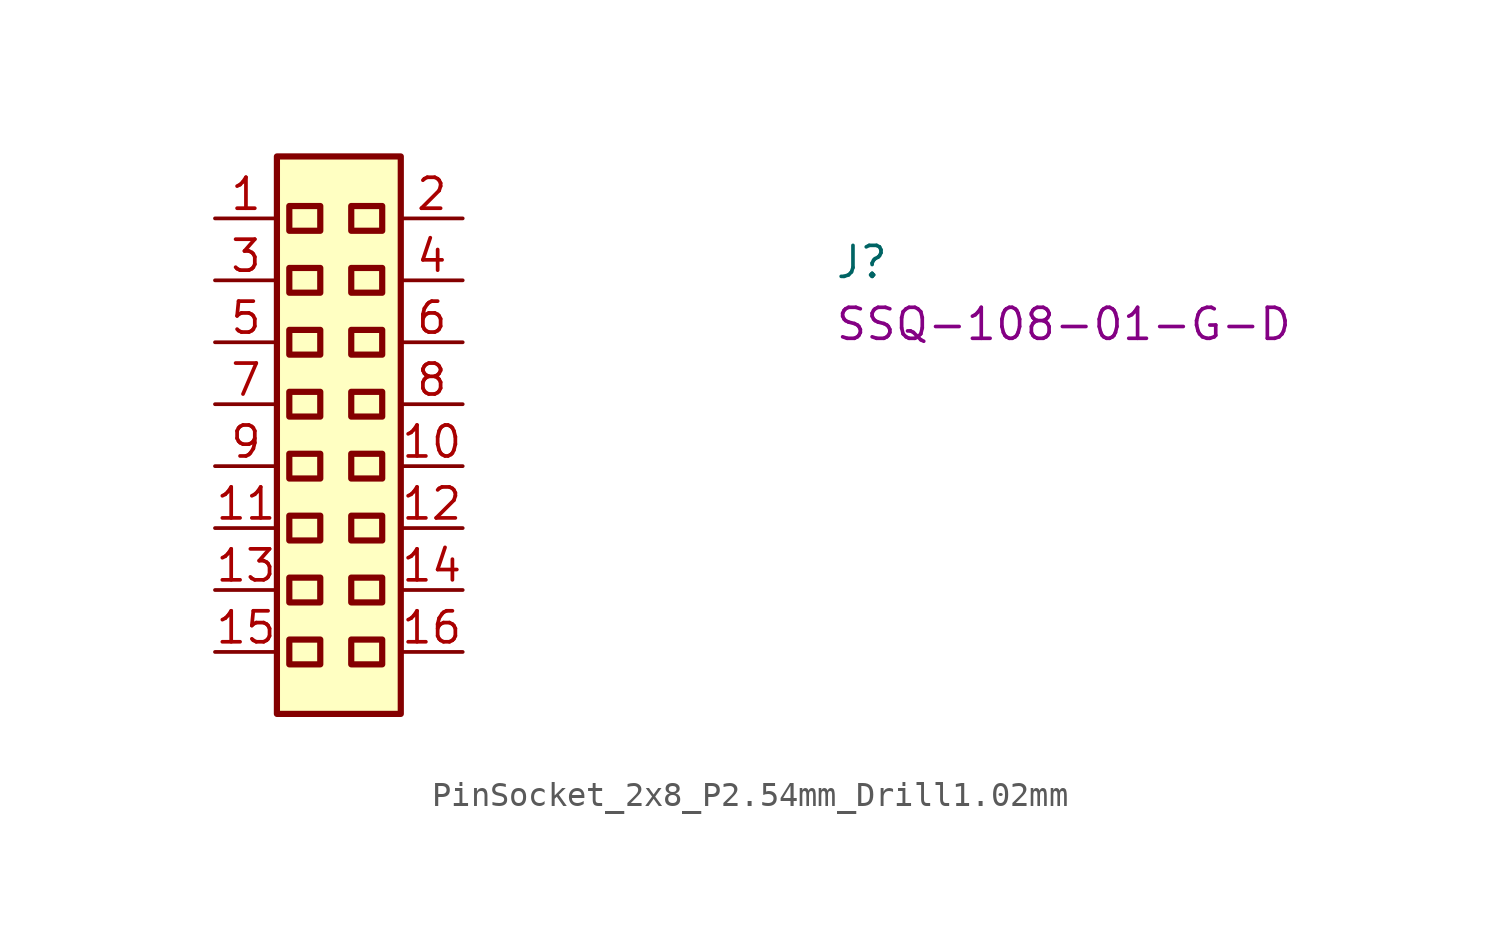
<source format=kicad_sym>
(kicad_symbol_lib
  (version 20220914)
  (generator kicad_symbol_editor)
  (symbol "PinSocket_2x8_P2.54mm_Drill1.02mm"
    (property "Reference" "J"
      (at 25.4 -2.54 0)
      (effects (font (size 1.27 1.27) (thickness 0.15)) (justify left bottom)))
    (property "MPN" "SSQ-108-01-G-D"
      (at 25.4 -5.08 0)
      (effects (font (size 1.27 1.27) (thickness 0.15)) (justify left bottom)))
    (symbol "PinSocket_2x8_P2.54mm_Drill1.02mm_1_1"
      (rectangle (start 2.54 -20.32) (end 7.62 2.54) (stroke (width 0.254) (type default)) (fill (type background)))
      (rectangle (start 3.048 -18.288) (end 4.318 -17.272) (stroke (width 0.254) (type default)) (fill (type background)))
      (rectangle (start 3.048 -15.748) (end 4.318 -14.732) (stroke (width 0.254) (type default)) (fill (type background)))
      (rectangle (start 3.048 -13.208) (end 4.318 -12.192) (stroke (width 0.254) (type default)) (fill (type background)))
      (rectangle (start 3.048 -10.668) (end 4.318 -9.652) (stroke (width 0.254) (type default)) (fill (type background)))
      (rectangle (start 3.048 -8.128) (end 4.318 -7.112) (stroke (width 0.254) (type default)) (fill (type background)))
      (rectangle (start 3.048 -5.588) (end 4.318 -4.572) (stroke (width 0.254) (type default)) (fill (type background)))
      (rectangle (start 3.048 -3.048) (end 4.318 -2.032) (stroke (width 0.254) (type default)) (fill (type background)))
      (rectangle (start 3.048 -0.508) (end 4.318 0.508) (stroke (width 0.254) (type default)) (fill (type background)))
      (rectangle (start 5.588 -18.288) (end 6.858 -17.272) (stroke (width 0.254) (type default)) (fill (type background)))
      (rectangle (start 5.588 -15.748) (end 6.858 -14.732) (stroke (width 0.254) (type default)) (fill (type background)))
      (rectangle (start 5.588 -13.208) (end 6.858 -12.192) (stroke (width 0.254) (type default)) (fill (type background)))
      (rectangle (start 5.588 -10.668) (end 6.858 -9.652) (stroke (width 0.254) (type default)) (fill (type background)))
      (rectangle (start 5.588 -8.128) (end 6.858 -7.112) (stroke (width 0.254) (type default)) (fill (type background)))
      (rectangle (start 5.588 -5.588) (end 6.858 -4.572) (stroke (width 0.254) (type default)) (fill (type background)))
      (rectangle (start 5.588 -3.048) (end 6.858 -2.032) (stroke (width 0.254) (type default)) (fill (type background)))
      (rectangle (start 5.588 -0.508) (end 6.858 0.508) (stroke (width 0.254) (type default)) (fill (type background)))
      (pin passive line (at 0 0 0) (length 2.54) (name "~" (effects (font (size 1.27 1.27)))) (number "1" (effects (font (size 1.27 1.27)))))
      (pin passive line (at 10.16 -10.16 180) (length 2.54) (name "~" (effects (font (size 1.27 1.27)))) (number "10" (effects (font (size 1.27 1.27)))))
      (pin passive line (at 0 -12.7 0) (length 2.54) (name "~" (effects (font (size 1.27 1.27)))) (number "11" (effects (font (size 1.27 1.27)))))
      (pin passive line (at 10.16 -12.7 180) (length 2.54) (name "~" (effects (font (size 1.27 1.27)))) (number "12" (effects (font (size 1.27 1.27)))))
      (pin passive line (at 0 -15.24 0) (length 2.54) (name "~" (effects (font (size 1.27 1.27)))) (number "13" (effects (font (size 1.27 1.27)))))
      (pin passive line (at 10.16 -15.24 180) (length 2.54) (name "~" (effects (font (size 1.27 1.27)))) (number "14" (effects (font (size 1.27 1.27)))))
      (pin passive line (at 0 -17.78 0) (length 2.54) (name "~" (effects (font (size 1.27 1.27)))) (number "15" (effects (font (size 1.27 1.27)))))
      (pin passive line (at 10.16 -17.78 180) (length 2.54) (name "~" (effects (font (size 1.27 1.27)))) (number "16" (effects (font (size 1.27 1.27)))))
      (pin passive line (at 10.16 0 180) (length 2.54) (name "~" (effects (font (size 1.27 1.27)))) (number "2" (effects (font (size 1.27 1.27)))))
      (pin passive line (at 0 -2.54 0) (length 2.54) (name "~" (effects (font (size 1.27 1.27)))) (number "3" (effects (font (size 1.27 1.27)))))
      (pin passive line (at 10.16 -2.54 180) (length 2.54) (name "~" (effects (font (size 1.27 1.27)))) (number "4" (effects (font (size 1.27 1.27)))))
      (pin passive line (at 0 -5.08 0) (length 2.54) (name "~" (effects (font (size 1.27 1.27)))) (number "5" (effects (font (size 1.27 1.27)))))
      (pin passive line (at 10.16 -5.08 180) (length 2.54) (name "~" (effects (font (size 1.27 1.27)))) (number "6" (effects (font (size 1.27 1.27)))))
      (pin passive line (at 0 -7.62 0) (length 2.54) (name "~" (effects (font (size 1.27 1.27)))) (number "7" (effects (font (size 1.27 1.27)))))
      (pin passive line (at 10.16 -7.62 180) (length 2.54) (name "~" (effects (font (size 1.27 1.27)))) (number "8" (effects (font (size 1.27 1.27)))))
      (pin passive line (at 0 -10.16 0) (length 2.54) (name "~" (effects (font (size 1.27 1.27)))) (number "9" (effects (font (size 1.27 1.27))))))))
</source>
